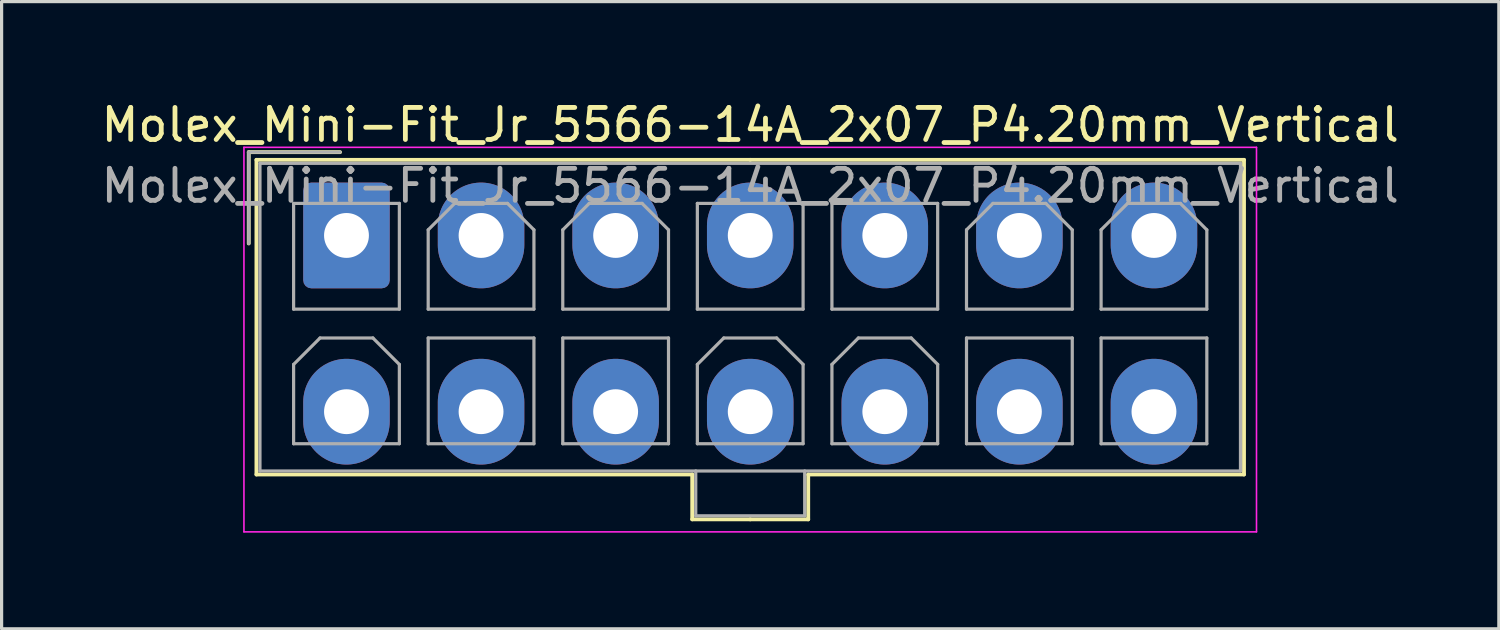
<source format=kicad_pcb>
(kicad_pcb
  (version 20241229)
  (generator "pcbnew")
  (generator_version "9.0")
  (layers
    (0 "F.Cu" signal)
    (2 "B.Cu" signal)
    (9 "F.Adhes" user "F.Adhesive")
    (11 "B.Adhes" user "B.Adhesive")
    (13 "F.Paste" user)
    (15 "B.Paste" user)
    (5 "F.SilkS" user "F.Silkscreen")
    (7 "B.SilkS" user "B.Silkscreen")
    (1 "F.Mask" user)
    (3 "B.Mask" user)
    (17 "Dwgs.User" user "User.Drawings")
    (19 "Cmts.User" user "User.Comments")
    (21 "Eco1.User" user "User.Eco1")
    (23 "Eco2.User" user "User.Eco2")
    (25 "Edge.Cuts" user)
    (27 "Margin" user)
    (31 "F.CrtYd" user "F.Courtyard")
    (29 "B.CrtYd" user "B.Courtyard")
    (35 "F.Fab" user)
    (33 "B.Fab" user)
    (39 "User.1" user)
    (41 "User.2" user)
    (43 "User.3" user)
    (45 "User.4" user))
  (footprint "Molex_Mini-Fit_Jr_5566-14A_2x07_P4.20mm_Vertical"
    (layer "F.Cu")
    (at 7.763 4.298)
    (property "Reference" "Molex_Mini-Fit_Jr_5566-14A_2x07_P4.20mm_Vertical" (at 12.6 -3.45 0) (layer "F.SilkS") (effects (font (size 1 1) (thickness 0.15))))
    (attr through_hole)
    (fp_line (start -3.05 -2.6) (end -3.05 0.25) (stroke (width 0.12) (type solid)) (layer "F.SilkS"))
    (fp_line (start -2.81 -2.36) (end -2.81 7.46) (stroke (width 0.12) (type solid)) (layer "F.SilkS"))
    (fp_line (start -2.81 7.46) (end 10.79 7.46) (stroke (width 0.12) (type solid)) (layer "F.SilkS"))
    (fp_line (start -0.2 -2.6) (end -3.05 -2.6) (stroke (width 0.12) (type solid)) (layer "F.SilkS"))
    (fp_line (start 10.79 7.46) (end 10.79 8.86) (stroke (width 0.12) (type solid)) (layer "F.SilkS"))
    (fp_line (start 10.79 8.86) (end 12.6 8.86) (stroke (width 0.12) (type solid)) (layer "F.SilkS"))
    (fp_line (start 12.6 -2.36) (end -2.81 -2.36) (stroke (width 0.12) (type solid)) (layer "F.SilkS"))
    (fp_line (start 12.6 -2.36) (end 28.01 -2.36) (stroke (width 0.12) (type solid)) (layer "F.SilkS"))
    (fp_line (start 14.41 7.46) (end 14.41 8.86) (stroke (width 0.12) (type solid)) (layer "F.SilkS"))
    (fp_line (start 14.41 8.86) (end 12.6 8.86) (stroke (width 0.12) (type solid)) (layer "F.SilkS"))
    (fp_line (start 28.01 -2.36) (end 28.01 7.46) (stroke (width 0.12) (type solid)) (layer "F.SilkS"))
    (fp_line (start 28.01 7.46) (end 14.41 7.46) (stroke (width 0.12) (type solid)) (layer "F.SilkS"))
    (fp_line (start -3.2 -2.75) (end -3.2 9.25) (stroke (width 0.05) (type solid)) (layer "F.CrtYd"))
    (fp_line (start -3.2 9.25) (end 28.4 9.25) (stroke (width 0.05) (type solid)) (layer "F.CrtYd"))
    (fp_line (start 28.4 -2.75) (end -3.2 -2.75) (stroke (width 0.05) (type solid)) (layer "F.CrtYd"))
    (fp_line (start 28.4 9.25) (end 28.4 -2.75) (stroke (width 0.05) (type solid)) (layer "F.CrtYd"))
    (fp_line (start -3.05 -2.6) (end -3.05 0.25) (stroke (width 0.1) (type solid)) (layer "F.Fab"))
    (fp_line (start -2.7 -2.25) (end -2.7 7.35) (stroke (width 0.1) (type solid)) (layer "F.Fab"))
    (fp_line (start -2.7 7.35) (end 27.9 7.35) (stroke (width 0.1) (type solid)) (layer "F.Fab"))
    (fp_line (start -1.65 -1) (end -1.65 2.3) (stroke (width 0.1) (type solid)) (layer "F.Fab"))
    (fp_line (start -1.65 2.3) (end 1.65 2.3) (stroke (width 0.1) (type solid)) (layer "F.Fab"))
    (fp_line (start -1.65 4.025) (end -0.825 3.2) (stroke (width 0.1) (type solid)) (layer "F.Fab"))
    (fp_line (start -1.65 6.5) (end -1.65 4.025) (stroke (width 0.1) (type solid)) (layer "F.Fab"))
    (fp_line (start -0.825 3.2) (end 0.825 3.2) (stroke (width 0.1) (type solid)) (layer "F.Fab"))
    (fp_line (start -0.2 -2.6) (end -3.05 -2.6) (stroke (width 0.1) (type solid)) (layer "F.Fab"))
    (fp_line (start 0.825 3.2) (end 1.65 4.025) (stroke (width 0.1) (type solid)) (layer "F.Fab"))
    (fp_line (start 1.65 -1) (end -1.65 -1) (stroke (width 0.1) (type solid)) (layer "F.Fab"))
    (fp_line (start 1.65 2.3) (end 1.65 -1) (stroke (width 0.1) (type solid)) (layer "F.Fab"))
    (fp_line (start 1.65 4.025) (end 1.65 6.5) (stroke (width 0.1) (type solid)) (layer "F.Fab"))
    (fp_line (start 1.65 6.5) (end -1.65 6.5) (stroke (width 0.1) (type solid)) (layer "F.Fab"))
    (fp_line (start 2.55 -0.175) (end 3.375 -1) (stroke (width 0.1) (type solid)) (layer "F.Fab"))
    (fp_line (start 2.55 2.3) (end 2.55 -0.175) (stroke (width 0.1) (type solid)) (layer "F.Fab"))
    (fp_line (start 2.55 3.2) (end 2.55 6.5) (stroke (width 0.1) (type solid)) (layer "F.Fab"))
    (fp_line (start 2.55 6.5) (end 5.85 6.5) (stroke (width 0.1) (type solid)) (layer "F.Fab"))
    (fp_line (start 3.375 -1) (end 5.025 -1) (stroke (width 0.1) (type solid)) (layer "F.Fab"))
    (fp_line (start 5.025 -1) (end 5.85 -0.175) (stroke (width 0.1) (type solid)) (layer "F.Fab"))
    (fp_line (start 5.85 -0.175) (end 5.85 2.3) (stroke (width 0.1) (type solid)) (layer "F.Fab"))
    (fp_line (start 5.85 2.3) (end 2.55 2.3) (stroke (width 0.1) (type solid)) (layer "F.Fab"))
    (fp_line (start 5.85 3.2) (end 2.55 3.2) (stroke (width 0.1) (type solid)) (layer "F.Fab"))
    (fp_line (start 5.85 6.5) (end 5.85 3.2) (stroke (width 0.1) (type solid)) (layer "F.Fab"))
    (fp_line (start 6.75 -0.175) (end 7.575 -1) (stroke (width 0.1) (type solid)) (layer "F.Fab"))
    (fp_line (start 6.75 2.3) (end 6.75 -0.175) (stroke (width 0.1) (type solid)) (layer "F.Fab"))
    (fp_line (start 6.75 3.2) (end 6.75 6.5) (stroke (width 0.1) (type solid)) (layer "F.Fab"))
    (fp_line (start 6.75 6.5) (end 10.05 6.5) (stroke (width 0.1) (type solid)) (layer "F.Fab"))
    (fp_line (start 7.575 -1) (end 9.225 -1) (stroke (width 0.1) (type solid)) (layer "F.Fab"))
    (fp_line (start 9.225 -1) (end 10.05 -0.175) (stroke (width 0.1) (type solid)) (layer "F.Fab"))
    (fp_line (start 10.05 -0.175) (end 10.05 2.3) (stroke (width 0.1) (type solid)) (layer "F.Fab"))
    (fp_line (start 10.05 2.3) (end 6.75 2.3) (stroke (width 0.1) (type solid)) (layer "F.Fab"))
    (fp_line (start 10.05 3.2) (end 6.75 3.2) (stroke (width 0.1) (type solid)) (layer "F.Fab"))
    (fp_line (start 10.05 6.5) (end 10.05 3.2) (stroke (width 0.1) (type solid)) (layer "F.Fab"))
    (fp_line (start 10.9 7.35) (end 10.9 8.75) (stroke (width 0.1) (type solid)) (layer "F.Fab"))
    (fp_line (start 10.9 8.75) (end 14.3 8.75) (stroke (width 0.1) (type solid)) (layer "F.Fab"))
    (fp_line (start 10.95 -1) (end 10.95 2.3) (stroke (width 0.1) (type solid)) (layer "F.Fab"))
    (fp_line (start 10.95 2.3) (end 14.25 2.3) (stroke (width 0.1) (type solid)) (layer "F.Fab"))
    (fp_line (start 10.95 4.025) (end 11.775 3.2) (stroke (width 0.1) (type solid)) (layer "F.Fab"))
    (fp_line (start 10.95 6.5) (end 10.95 4.025) (stroke (width 0.1) (type solid)) (layer "F.Fab"))
    (fp_line (start 11.775 3.2) (end 13.425 3.2) (stroke (width 0.1) (type solid)) (layer "F.Fab"))
    (fp_line (start 13.425 3.2) (end 14.25 4.025) (stroke (width 0.1) (type solid)) (layer "F.Fab"))
    (fp_line (start 14.25 -1) (end 10.95 -1) (stroke (width 0.1) (type solid)) (layer "F.Fab"))
    (fp_line (start 14.25 2.3) (end 14.25 -1) (stroke (width 0.1) (type solid)) (layer "F.Fab"))
    (fp_line (start 14.25 4.025) (end 14.25 6.5) (stroke (width 0.1) (type solid)) (layer "F.Fab"))
    (fp_line (start 14.25 6.5) (end 10.95 6.5) (stroke (width 0.1) (type solid)) (layer "F.Fab"))
    (fp_line (start 14.3 8.75) (end 14.3 7.35) (stroke (width 0.1) (type solid)) (layer "F.Fab"))
    (fp_line (start 15.15 -1) (end 15.15 2.3) (stroke (width 0.1) (type solid)) (layer "F.Fab"))
    (fp_line (start 15.15 2.3) (end 18.45 2.3) (stroke (width 0.1) (type solid)) (layer "F.Fab"))
    (fp_line (start 15.15 4.025) (end 15.975 3.2) (stroke (width 0.1) (type solid)) (layer "F.Fab"))
    (fp_line (start 15.15 6.5) (end 15.15 4.025) (stroke (width 0.1) (type solid)) (layer "F.Fab"))
    (fp_line (start 15.975 3.2) (end 17.625 3.2) (stroke (width 0.1) (type solid)) (layer "F.Fab"))
    (fp_line (start 17.625 3.2) (end 18.45 4.025) (stroke (width 0.1) (type solid)) (layer "F.Fab"))
    (fp_line (start 18.45 -1) (end 15.15 -1) (stroke (width 0.1) (type solid)) (layer "F.Fab"))
    (fp_line (start 18.45 2.3) (end 18.45 -1) (stroke (width 0.1) (type solid)) (layer "F.Fab"))
    (fp_line (start 18.45 4.025) (end 18.45 6.5) (stroke (width 0.1) (type solid)) (layer "F.Fab"))
    (fp_line (start 18.45 6.5) (end 15.15 6.5) (stroke (width 0.1) (type solid)) (layer "F.Fab"))
    (fp_line (start 19.35 -0.175) (end 20.175 -1) (stroke (width 0.1) (type solid)) (layer "F.Fab"))
    (fp_line (start 19.35 2.3) (end 19.35 -0.175) (stroke (width 0.1) (type solid)) (layer "F.Fab"))
    (fp_line (start 19.35 3.2) (end 19.35 6.5) (stroke (width 0.1) (type solid)) (layer "F.Fab"))
    (fp_line (start 19.35 6.5) (end 22.65 6.5) (stroke (width 0.1) (type solid)) (layer "F.Fab"))
    (fp_line (start 20.175 -1) (end 21.825 -1) (stroke (width 0.1) (type solid)) (layer "F.Fab"))
    (fp_line (start 21.825 -1) (end 22.65 -0.175) (stroke (width 0.1) (type solid)) (layer "F.Fab"))
    (fp_line (start 22.65 -0.175) (end 22.65 2.3) (stroke (width 0.1) (type solid)) (layer "F.Fab"))
    (fp_line (start 22.65 2.3) (end 19.35 2.3) (stroke (width 0.1) (type solid)) (layer "F.Fab"))
    (fp_line (start 22.65 3.2) (end 19.35 3.2) (stroke (width 0.1) (type solid)) (layer "F.Fab"))
    (fp_line (start 22.65 6.5) (end 22.65 3.2) (stroke (width 0.1) (type solid)) (layer "F.Fab"))
    (fp_line (start 23.55 -0.175) (end 24.375 -1) (stroke (width 0.1) (type solid)) (layer "F.Fab"))
    (fp_line (start 23.55 2.3) (end 23.55 -0.175) (stroke (width 0.1) (type solid)) (layer "F.Fab"))
    (fp_line (start 23.55 3.2) (end 23.55 6.5) (stroke (width 0.1) (type solid)) (layer "F.Fab"))
    (fp_line (start 23.55 6.5) (end 26.85 6.5) (stroke (width 0.1) (type solid)) (layer "F.Fab"))
    (fp_line (start 24.375 -1) (end 26.025 -1) (stroke (width 0.1) (type solid)) (layer "F.Fab"))
    (fp_line (start 26.025 -1) (end 26.85 -0.175) (stroke (width 0.1) (type solid)) (layer "F.Fab"))
    (fp_line (start 26.85 -0.175) (end 26.85 2.3) (stroke (width 0.1) (type solid)) (layer "F.Fab"))
    (fp_line (start 26.85 2.3) (end 23.55 2.3) (stroke (width 0.1) (type solid)) (layer "F.Fab"))
    (fp_line (start 26.85 3.2) (end 23.55 3.2) (stroke (width 0.1) (type solid)) (layer "F.Fab"))
    (fp_line (start 26.85 6.5) (end 26.85 3.2) (stroke (width 0.1) (type solid)) (layer "F.Fab"))
    (fp_line (start 27.9 -2.25) (end -2.7 -2.25) (stroke (width 0.1) (type solid)) (layer "F.Fab"))
    (fp_line (start 27.9 7.35) (end 27.9 -2.25) (stroke (width 0.1) (type solid)) (layer "F.Fab"))
    (fp_text user "${REFERENCE}" (at 12.6 -1.55 0) (layer "F.Fab") (effects (font (size 1 1) (thickness 0.15))))
    (pad "1" thru_hole roundrect (at 0 0) (size 2.7 3.3) (drill 1.4) (layers "*.Cu" "*.Mask") (roundrect_rratio 0.093))
    (pad "2" thru_hole oval (at 4.2 0) (size 2.7 3.3) (drill 1.4) (layers "*.Cu" "*.Mask"))
    (pad "3" thru_hole oval (at 8.4 0) (size 2.7 3.3) (drill 1.4) (layers "*.Cu" "*.Mask"))
    (pad "4" thru_hole oval (at 12.6 0) (size 2.7 3.3) (drill 1.4) (layers "*.Cu" "*.Mask"))
    (pad "5" thru_hole oval (at 16.8 0) (size 2.7 3.3) (drill 1.4) (layers "*.Cu" "*.Mask"))
    (pad "6" thru_hole oval (at 21 0) (size 2.7 3.3) (drill 1.4) (layers "*.Cu" "*.Mask"))
    (pad "7" thru_hole oval (at 25.2 0) (size 2.7 3.3) (drill 1.4) (layers "*.Cu" "*.Mask"))
    (pad "8" thru_hole oval (at 0 5.5) (size 2.7 3.3) (drill 1.4) (layers "*.Cu" "*.Mask"))
    (pad "9" thru_hole oval (at 4.2 5.5) (size 2.7 3.3) (drill 1.4) (layers "*.Cu" "*.Mask"))
    (pad "10" thru_hole oval (at 8.4 5.5) (size 2.7 3.3) (drill 1.4) (layers "*.Cu" "*.Mask"))
    (pad "11" thru_hole oval (at 12.6 5.5) (size 2.7 3.3) (drill 1.4) (layers "*.Cu" "*.Mask"))
    (pad "12" thru_hole oval (at 16.8 5.5) (size 2.7 3.3) (drill 1.4) (layers "*.Cu" "*.Mask"))
    (pad "13" thru_hole oval (at 21 5.5) (size 2.7 3.3) (drill 1.4) (layers "*.Cu" "*.Mask"))
    (pad "14" thru_hole oval (at 25.2 5.5) (size 2.7 3.3) (drill 1.4) (layers "*.Cu" "*.Mask")))
  (gr_rect
    (start -3 -3)
    (end 43.726 16.573)
    (stroke (width 0.1) (type default))
    (fill no)
    (layer "Edge.Cuts")))
</source>
